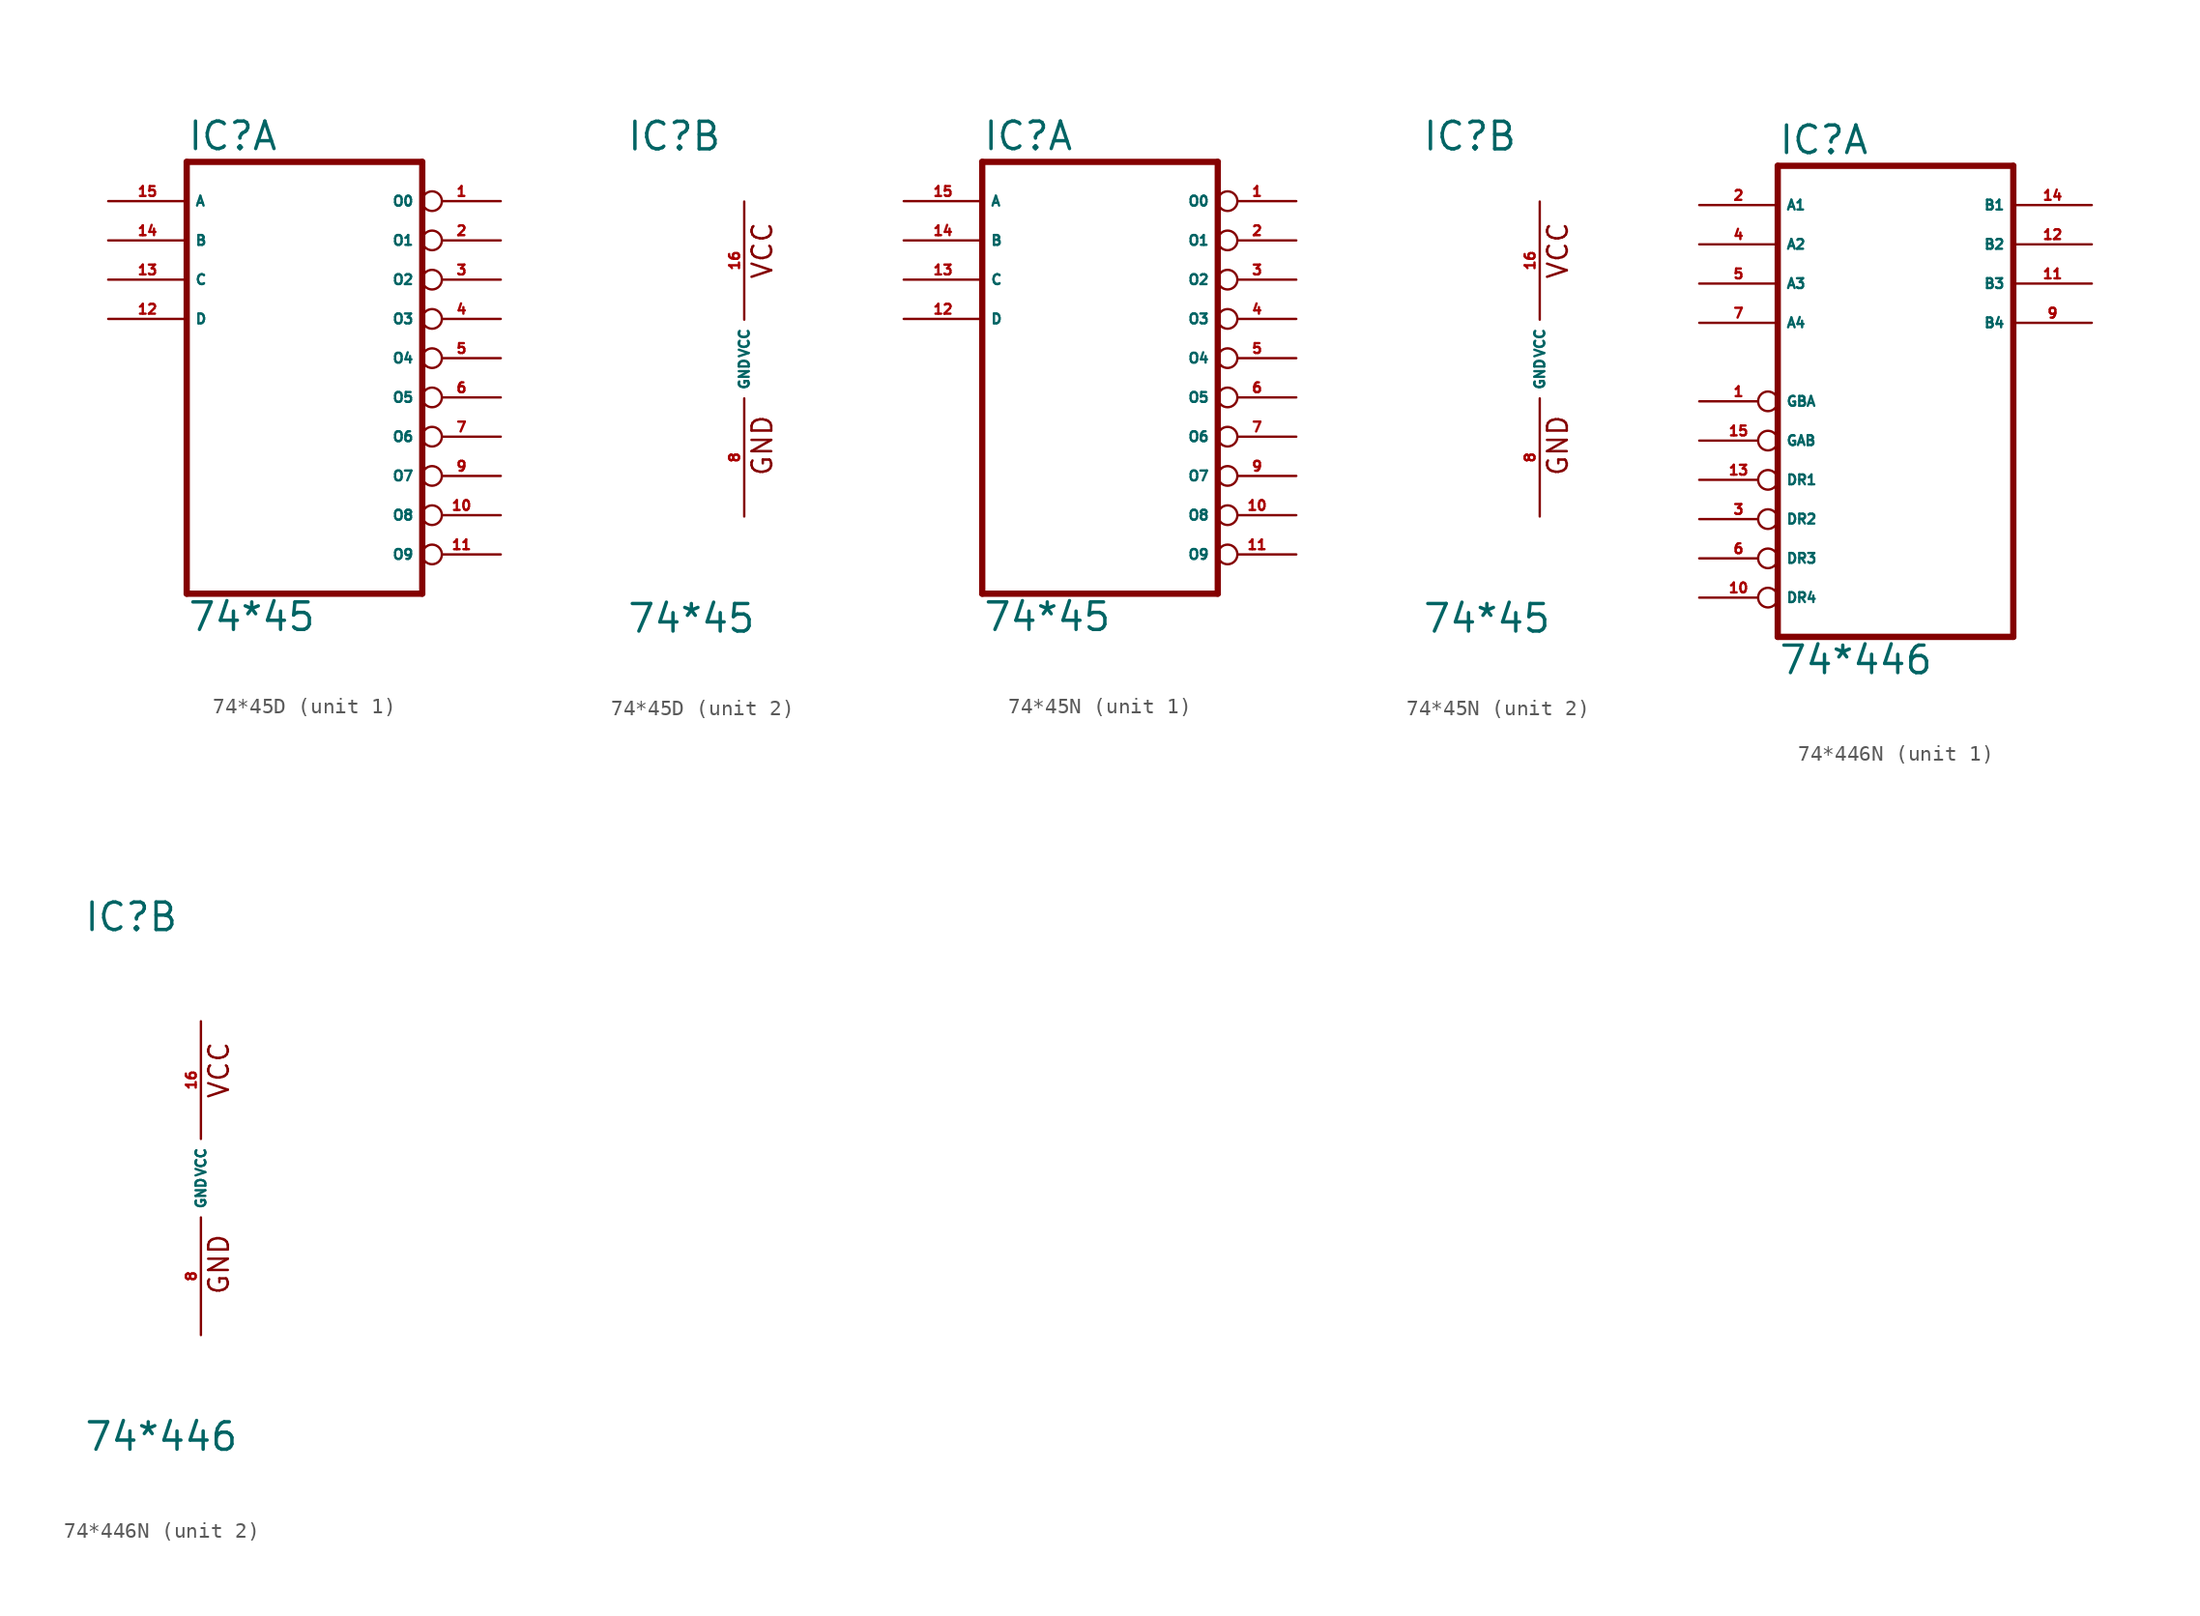
<source format=kicad_sym>
(kicad_symbol_lib
  (version 20220914)
  (generator Eagle2Kicad)
  (symbol "74*45D"
    (property "Reference" "IC"
      (at -7.62 13.335 0)
      (effects (font (size 1.778 1.778) (thickness 0.22)) (justify left bottom)))
    (property "Value" "74*45"
      (at -7.62 -17.78 0)
      (effects (font (size 1.778 1.778) (thickness 0.22)) (justify left bottom)))
    (symbol "74*45D_1_0"
      (polyline (pts (xy -7.62 -15.24) (xy 7.62 -15.24)) (stroke (width 0.406) (type default)) (fill (type none)))
      (polyline (pts (xy 7.62 -15.24) (xy 7.62 12.7)) (stroke (width 0.406) (type default)) (fill (type none)))
      (polyline (pts (xy 7.62 12.7) (xy -7.62 12.7)) (stroke (width 0.406) (type default)) (fill (type none)))
      (polyline (pts (xy -7.62 12.7) (xy -7.62 -15.24)) (stroke (width 0.406) (type default)) (fill (type none)))
      (pin open_collector inverted (at 12.7 10.16 180) (length 5.08) (name "O0" (effects (font (size 0.635 0.635) (thickness 0.08)) (justify left bottom))) (number "1" (effects (font (size 0.635 0.635) (thickness 0.08)) (justify left bottom))))
      (pin open_collector inverted (at 12.7 7.62 180) (length 5.08) (name "O1" (effects (font (size 0.635 0.635) (thickness 0.08)) (justify left bottom))) (number "2" (effects (font (size 0.635 0.635) (thickness 0.08)) (justify left bottom))))
      (pin open_collector inverted (at 12.7 5.08 180) (length 5.08) (name "O2" (effects (font (size 0.635 0.635) (thickness 0.08)) (justify left bottom))) (number "3" (effects (font (size 0.635 0.635) (thickness 0.08)) (justify left bottom))))
      (pin open_collector inverted (at 12.7 2.54 180) (length 5.08) (name "O3" (effects (font (size 0.635 0.635) (thickness 0.08)) (justify left bottom))) (number "4" (effects (font (size 0.635 0.635) (thickness 0.08)) (justify left bottom))))
      (pin open_collector inverted (at 12.7 0 180) (length 5.08) (name "O4" (effects (font (size 0.635 0.635) (thickness 0.08)) (justify left bottom))) (number "5" (effects (font (size 0.635 0.635) (thickness 0.08)) (justify left bottom))))
      (pin open_collector inverted (at 12.7 -2.54 180) (length 5.08) (name "O5" (effects (font (size 0.635 0.635) (thickness 0.08)) (justify left bottom))) (number "6" (effects (font (size 0.635 0.635) (thickness 0.08)) (justify left bottom))))
      (pin open_collector inverted (at 12.7 -5.08 180) (length 5.08) (name "O6" (effects (font (size 0.635 0.635) (thickness 0.08)) (justify left bottom))) (number "7" (effects (font (size 0.635 0.635) (thickness 0.08)) (justify left bottom))))
      (pin open_collector inverted (at 12.7 -7.62 180) (length 5.08) (name "O7" (effects (font (size 0.635 0.635) (thickness 0.08)) (justify left bottom))) (number "9" (effects (font (size 0.635 0.635) (thickness 0.08)) (justify left bottom))))
      (pin open_collector inverted (at 12.7 -10.16 180) (length 5.08) (name "O8" (effects (font (size 0.635 0.635) (thickness 0.08)) (justify left bottom))) (number "10" (effects (font (size 0.635 0.635) (thickness 0.08)) (justify left bottom))))
      (pin open_collector inverted (at 12.7 -12.7 180) (length 5.08) (name "O9" (effects (font (size 0.635 0.635) (thickness 0.08)) (justify left bottom))) (number "11" (effects (font (size 0.635 0.635) (thickness 0.08)) (justify left bottom))))
      (pin input line (at -12.7 2.54 0) (length 5.08) (name "D" (effects (font (size 0.635 0.635) (thickness 0.08)) (justify left bottom))) (number "12" (effects (font (size 0.635 0.635) (thickness 0.08)) (justify left bottom))))
      (pin input line (at -12.7 5.08 0) (length 5.08) (name "C" (effects (font (size 0.635 0.635) (thickness 0.08)) (justify left bottom))) (number "13" (effects (font (size 0.635 0.635) (thickness 0.08)) (justify left bottom))))
      (pin input line (at -12.7 7.62 0) (length 5.08) (name "B" (effects (font (size 0.635 0.635) (thickness 0.08)) (justify left bottom))) (number "14" (effects (font (size 0.635 0.635) (thickness 0.08)) (justify left bottom))))
      (pin input line (at -12.7 10.16 0) (length 5.08) (name "A" (effects (font (size 0.635 0.635) (thickness 0.08)) (justify left bottom))) (number "15" (effects (font (size 0.635 0.635) (thickness 0.08)) (justify left bottom)))))
    (symbol "74*45D_2_0"
      (text "GND" (at 1.905 -7.62 900) (effects (font (size 1.27 1.27) (thickness 0.16)) (justify left bottom)))
      (text "VCC" (at 1.905 5.08 900) (effects (font (size 1.27 1.27) (thickness 0.16)) (justify left bottom)))
      (pin unspecified line (at 0 -10.16 90) (length 7.62) (name "GND" (effects (font (size 0.635 0.635) (thickness 0.08)) (justify left bottom))) (number "8" (effects (font (size 0.635 0.635) (thickness 0.08)) (justify left bottom))))
      (pin unspecified line (at 0 10.16 270) (length 7.62) (name "VCC" (effects (font (size 0.635 0.635) (thickness 0.08)) (justify left bottom))) (number "16" (effects (font (size 0.635 0.635) (thickness 0.08)) (justify left bottom))))))
  (symbol "74*45N"
    (property "Reference" "IC"
      (at -7.62 13.335 0)
      (effects (font (size 1.778 1.778) (thickness 0.22)) (justify left bottom)))
    (property "Value" "74*45"
      (at -7.62 -17.78 0)
      (effects (font (size 1.778 1.778) (thickness 0.22)) (justify left bottom)))
    (symbol "74*45N_1_0"
      (polyline (pts (xy -7.62 -15.24) (xy 7.62 -15.24)) (stroke (width 0.406) (type default)) (fill (type none)))
      (polyline (pts (xy 7.62 -15.24) (xy 7.62 12.7)) (stroke (width 0.406) (type default)) (fill (type none)))
      (polyline (pts (xy 7.62 12.7) (xy -7.62 12.7)) (stroke (width 0.406) (type default)) (fill (type none)))
      (polyline (pts (xy -7.62 12.7) (xy -7.62 -15.24)) (stroke (width 0.406) (type default)) (fill (type none)))
      (pin open_collector inverted (at 12.7 10.16 180) (length 5.08) (name "O0" (effects (font (size 0.635 0.635) (thickness 0.08)) (justify left bottom))) (number "1" (effects (font (size 0.635 0.635) (thickness 0.08)) (justify left bottom))))
      (pin open_collector inverted (at 12.7 7.62 180) (length 5.08) (name "O1" (effects (font (size 0.635 0.635) (thickness 0.08)) (justify left bottom))) (number "2" (effects (font (size 0.635 0.635) (thickness 0.08)) (justify left bottom))))
      (pin open_collector inverted (at 12.7 5.08 180) (length 5.08) (name "O2" (effects (font (size 0.635 0.635) (thickness 0.08)) (justify left bottom))) (number "3" (effects (font (size 0.635 0.635) (thickness 0.08)) (justify left bottom))))
      (pin open_collector inverted (at 12.7 2.54 180) (length 5.08) (name "O3" (effects (font (size 0.635 0.635) (thickness 0.08)) (justify left bottom))) (number "4" (effects (font (size 0.635 0.635) (thickness 0.08)) (justify left bottom))))
      (pin open_collector inverted (at 12.7 0 180) (length 5.08) (name "O4" (effects (font (size 0.635 0.635) (thickness 0.08)) (justify left bottom))) (number "5" (effects (font (size 0.635 0.635) (thickness 0.08)) (justify left bottom))))
      (pin open_collector inverted (at 12.7 -2.54 180) (length 5.08) (name "O5" (effects (font (size 0.635 0.635) (thickness 0.08)) (justify left bottom))) (number "6" (effects (font (size 0.635 0.635) (thickness 0.08)) (justify left bottom))))
      (pin open_collector inverted (at 12.7 -5.08 180) (length 5.08) (name "O6" (effects (font (size 0.635 0.635) (thickness 0.08)) (justify left bottom))) (number "7" (effects (font (size 0.635 0.635) (thickness 0.08)) (justify left bottom))))
      (pin open_collector inverted (at 12.7 -7.62 180) (length 5.08) (name "O7" (effects (font (size 0.635 0.635) (thickness 0.08)) (justify left bottom))) (number "9" (effects (font (size 0.635 0.635) (thickness 0.08)) (justify left bottom))))
      (pin open_collector inverted (at 12.7 -10.16 180) (length 5.08) (name "O8" (effects (font (size 0.635 0.635) (thickness 0.08)) (justify left bottom))) (number "10" (effects (font (size 0.635 0.635) (thickness 0.08)) (justify left bottom))))
      (pin open_collector inverted (at 12.7 -12.7 180) (length 5.08) (name "O9" (effects (font (size 0.635 0.635) (thickness 0.08)) (justify left bottom))) (number "11" (effects (font (size 0.635 0.635) (thickness 0.08)) (justify left bottom))))
      (pin input line (at -12.7 2.54 0) (length 5.08) (name "D" (effects (font (size 0.635 0.635) (thickness 0.08)) (justify left bottom))) (number "12" (effects (font (size 0.635 0.635) (thickness 0.08)) (justify left bottom))))
      (pin input line (at -12.7 5.08 0) (length 5.08) (name "C" (effects (font (size 0.635 0.635) (thickness 0.08)) (justify left bottom))) (number "13" (effects (font (size 0.635 0.635) (thickness 0.08)) (justify left bottom))))
      (pin input line (at -12.7 7.62 0) (length 5.08) (name "B" (effects (font (size 0.635 0.635) (thickness 0.08)) (justify left bottom))) (number "14" (effects (font (size 0.635 0.635) (thickness 0.08)) (justify left bottom))))
      (pin input line (at -12.7 10.16 0) (length 5.08) (name "A" (effects (font (size 0.635 0.635) (thickness 0.08)) (justify left bottom))) (number "15" (effects (font (size 0.635 0.635) (thickness 0.08)) (justify left bottom)))))
    (symbol "74*45N_2_0"
      (text "GND" (at 1.905 -7.62 900) (effects (font (size 1.27 1.27) (thickness 0.16)) (justify left bottom)))
      (text "VCC" (at 1.905 5.08 900) (effects (font (size 1.27 1.27) (thickness 0.16)) (justify left bottom)))
      (pin unspecified line (at 0 -10.16 90) (length 7.62) (name "GND" (effects (font (size 0.635 0.635) (thickness 0.08)) (justify left bottom))) (number "8" (effects (font (size 0.635 0.635) (thickness 0.08)) (justify left bottom))))
      (pin unspecified line (at 0 10.16 270) (length 7.62) (name "VCC" (effects (font (size 0.635 0.635) (thickness 0.08)) (justify left bottom))) (number "16" (effects (font (size 0.635 0.635) (thickness 0.08)) (justify left bottom))))))
  (symbol "74*446N"
    (property "Reference" "IC"
      (at -7.62 15.875 0)
      (effects (font (size 1.778 1.778) (thickness 0.22)) (justify left bottom)))
    (property "Value" "74*446"
      (at -7.62 -17.78 0)
      (effects (font (size 1.778 1.778) (thickness 0.22)) (justify left bottom)))
    (symbol "74*446N_1_0"
      (polyline (pts (xy -7.62 -15.24) (xy 7.62 -15.24)) (stroke (width 0.406) (type default)) (fill (type none)))
      (polyline (pts (xy 7.62 -15.24) (xy 7.62 15.24)) (stroke (width 0.406) (type default)) (fill (type none)))
      (polyline (pts (xy 7.62 15.24) (xy -7.62 15.24)) (stroke (width 0.406) (type default)) (fill (type none)))
      (polyline (pts (xy -7.62 15.24) (xy -7.62 -15.24)) (stroke (width 0.406) (type default)) (fill (type none)))
      (pin input inverted (at -12.7 0 0) (length 5.08) (name "GBA" (effects (font (size 0.635 0.635) (thickness 0.08)) (justify left bottom))) (number "1" (effects (font (size 0.635 0.635) (thickness 0.08)) (justify left bottom))))
      (pin bidirectional line (at -12.7 12.7 0) (length 5.08) (name "A1" (effects (font (size 0.635 0.635) (thickness 0.08)) (justify left bottom))) (number "2" (effects (font (size 0.635 0.635) (thickness 0.08)) (justify left bottom))))
      (pin input inverted (at -12.7 -7.62 0) (length 5.08) (name "DR2" (effects (font (size 0.635 0.635) (thickness 0.08)) (justify left bottom))) (number "3" (effects (font (size 0.635 0.635) (thickness 0.08)) (justify left bottom))))
      (pin bidirectional line (at -12.7 10.16 0) (length 5.08) (name "A2" (effects (font (size 0.635 0.635) (thickness 0.08)) (justify left bottom))) (number "4" (effects (font (size 0.635 0.635) (thickness 0.08)) (justify left bottom))))
      (pin bidirectional line (at -12.7 7.62 0) (length 5.08) (name "A3" (effects (font (size 0.635 0.635) (thickness 0.08)) (justify left bottom))) (number "5" (effects (font (size 0.635 0.635) (thickness 0.08)) (justify left bottom))))
      (pin input inverted (at -12.7 -10.16 0) (length 5.08) (name "DR3" (effects (font (size 0.635 0.635) (thickness 0.08)) (justify left bottom))) (number "6" (effects (font (size 0.635 0.635) (thickness 0.08)) (justify left bottom))))
      (pin bidirectional line (at -12.7 5.08 0) (length 5.08) (name "A4" (effects (font (size 0.635 0.635) (thickness 0.08)) (justify left bottom))) (number "7" (effects (font (size 0.635 0.635) (thickness 0.08)) (justify left bottom))))
      (pin bidirectional line (at 12.7 5.08 180) (length 5.08) (name "B4" (effects (font (size 0.635 0.635) (thickness 0.08)) (justify left bottom))) (number "9" (effects (font (size 0.635 0.635) (thickness 0.08)) (justify left bottom))))
      (pin input inverted (at -12.7 -12.7 0) (length 5.08) (name "DR4" (effects (font (size 0.635 0.635) (thickness 0.08)) (justify left bottom))) (number "10" (effects (font (size 0.635 0.635) (thickness 0.08)) (justify left bottom))))
      (pin bidirectional line (at 12.7 7.62 180) (length 5.08) (name "B3" (effects (font (size 0.635 0.635) (thickness 0.08)) (justify left bottom))) (number "11" (effects (font (size 0.635 0.635) (thickness 0.08)) (justify left bottom))))
      (pin bidirectional line (at 12.7 10.16 180) (length 5.08) (name "B2" (effects (font (size 0.635 0.635) (thickness 0.08)) (justify left bottom))) (number "12" (effects (font (size 0.635 0.635) (thickness 0.08)) (justify left bottom))))
      (pin input inverted (at -12.7 -5.08 0) (length 5.08) (name "DR1" (effects (font (size 0.635 0.635) (thickness 0.08)) (justify left bottom))) (number "13" (effects (font (size 0.635 0.635) (thickness 0.08)) (justify left bottom))))
      (pin bidirectional line (at 12.7 12.7 180) (length 5.08) (name "B1" (effects (font (size 0.635 0.635) (thickness 0.08)) (justify left bottom))) (number "14" (effects (font (size 0.635 0.635) (thickness 0.08)) (justify left bottom))))
      (pin input inverted (at -12.7 -2.54 0) (length 5.08) (name "GAB" (effects (font (size 0.635 0.635) (thickness 0.08)) (justify left bottom))) (number "15" (effects (font (size 0.635 0.635) (thickness 0.08)) (justify left bottom)))))
    (symbol "74*446N_2_0"
      (text "GND" (at 1.905 -7.62 900) (effects (font (size 1.27 1.27) (thickness 0.16)) (justify left bottom)))
      (text "VCC" (at 1.905 5.08 900) (effects (font (size 1.27 1.27) (thickness 0.16)) (justify left bottom)))
      (pin unspecified line (at 0 -10.16 90) (length 7.62) (name "GND" (effects (font (size 0.635 0.635) (thickness 0.08)) (justify left bottom))) (number "8" (effects (font (size 0.635 0.635) (thickness 0.08)) (justify left bottom))))
      (pin unspecified line (at 0 10.16 270) (length 7.62) (name "VCC" (effects (font (size 0.635 0.635) (thickness 0.08)) (justify left bottom))) (number "16" (effects (font (size 0.635 0.635) (thickness 0.08)) (justify left bottom)))))))
</source>
